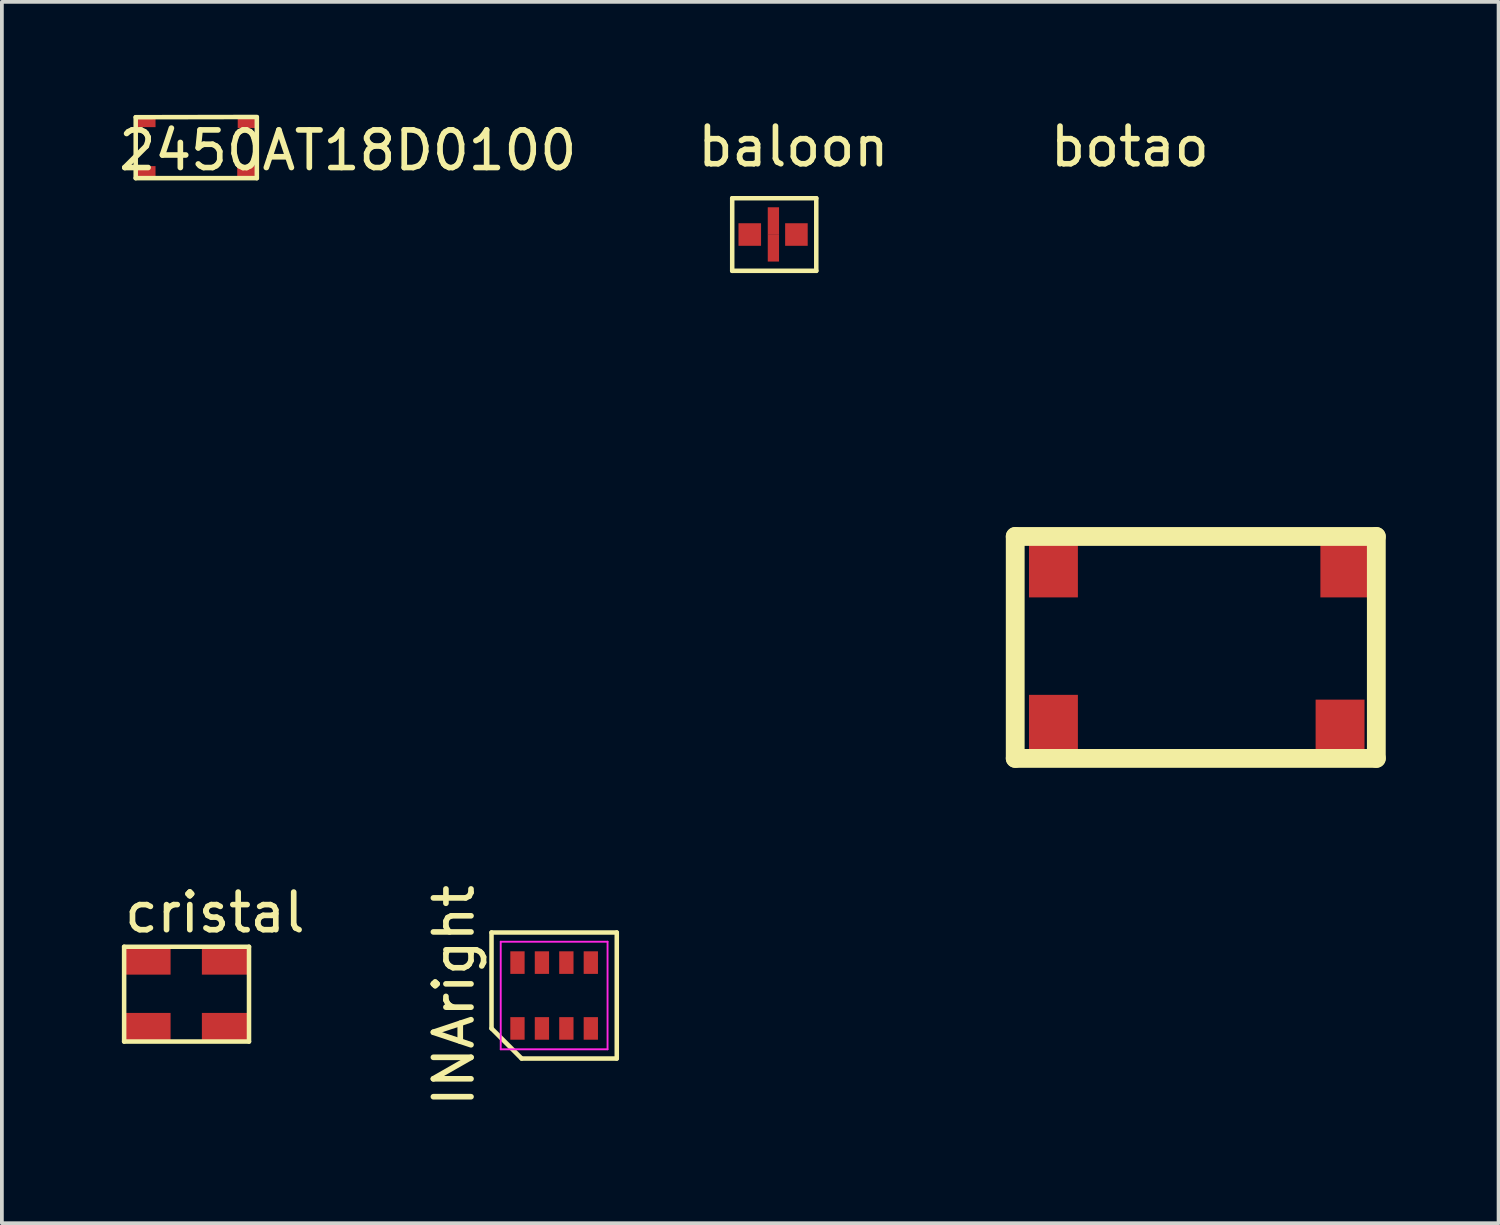
<source format=kicad_pcb>
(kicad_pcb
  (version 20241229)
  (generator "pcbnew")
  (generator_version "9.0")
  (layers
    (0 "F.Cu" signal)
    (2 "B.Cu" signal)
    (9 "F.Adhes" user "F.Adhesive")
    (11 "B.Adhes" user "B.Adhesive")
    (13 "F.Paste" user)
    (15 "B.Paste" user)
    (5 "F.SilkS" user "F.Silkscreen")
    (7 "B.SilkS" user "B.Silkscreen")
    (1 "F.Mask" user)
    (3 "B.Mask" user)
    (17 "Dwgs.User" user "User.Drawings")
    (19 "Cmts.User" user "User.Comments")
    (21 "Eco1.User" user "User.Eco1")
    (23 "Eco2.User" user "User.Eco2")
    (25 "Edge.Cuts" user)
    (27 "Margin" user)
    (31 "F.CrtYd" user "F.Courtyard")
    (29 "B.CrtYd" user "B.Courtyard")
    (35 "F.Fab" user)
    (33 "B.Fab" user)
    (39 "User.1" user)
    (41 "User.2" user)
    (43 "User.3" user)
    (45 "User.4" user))
  (footprint "cristal"
    (layer "F.Cu")
    (at 0.25 24.64)
    (property "Reference" "cristal" (at 2.413 -3.429 0) (layer "F.SilkS") (effects (font (size 1 1) (thickness 0.15))))
    (attr through_hole)
    (fp_line (start 0 -2.52) (end 3.32 -2.52) (stroke (width 0.12) (type solid)) (layer "F.SilkS"))
    (fp_line (start 0 0) (end 0 -2.52) (stroke (width 0.12) (type solid)) (layer "F.SilkS"))
    (fp_line (start 0 0) (end 3.32 0) (stroke (width 0.12) (type solid)) (layer "F.SilkS"))
    (fp_line (start 3.32 0) (end 3.32 -2.52) (stroke (width 0.12) (type solid)) (layer "F.SilkS"))
    (pad "1" smd rect (at 0.635 -0.381) (size 1.2 0.76) (layers "F.Cu" "F.Mask" "F.Paste"))
    (pad "2" smd rect (at 2.667 -2.159) (size 1.2 0.76) (layers "F.Cu" "F.Mask" "F.Paste"))
    (pad "GND" smd rect (at 0.635 -2.159) (size 1.2 0.76) (layers "F.Cu" "F.Mask" "F.Paste"))
    (pad "GND" smd rect (at 2.667 -0.381) (size 1.2 0.76) (layers "F.Cu" "F.Mask" "F.Paste")))
  (footprint "2450AT18D0100"
    (layer "F.Cu")
    (at 0.558 1.686)
    (property "Reference" "2450AT18D0100" (at 5.639 -0.737 0) (layer "F.SilkS") (effects (font (size 1 1) (thickness 0.15))))
    (attr through_hole)
    (fp_line (start 0 -1.62) (end 3.22 -1.626) (stroke (width 0.12) (type solid)) (layer "F.SilkS"))
    (fp_line (start 0 0) (end 0 -1.62) (stroke (width 0.12) (type solid)) (layer "F.SilkS"))
    (fp_line (start 0 0) (end 3.22 0) (stroke (width 0.12) (type solid)) (layer "F.SilkS"))
    (fp_line (start 3.22 0) (end 3.22 -1.62) (stroke (width 0.12) (type solid)) (layer "F.SilkS"))
    (pad "1" smd rect (at 0.267 -0.165 270) (size 0.31 0.52) (layers "F.Cu" "F.Mask" "F.Paste"))
    (pad "2" smd rect (at 2.959 -0.178 90) (size 0.31 0.52) (layers "F.Cu" "F.Mask" "F.Paste"))
    (pad "3" smd rect (at 2.972 -1.486 270) (size 0.31 0.52) (layers "F.Cu" "F.Mask" "F.Paste"))
    (pad "4" smd rect (at 0.267 -1.511 90) (size 0.31 0.52) (layers "F.Cu" "F.Mask" "F.Paste")))
  (footprint "INAright"
    (layer "F.Cu")
    (at 11.682 23.416)
    (property "Reference" "INAright" (at -2.665 0 90) (layer "F.SilkS") (effects (font (size 1 1) (thickness 0.15))))
    (attr smd)
    (fp_line (start -1.665 -1.675) (end 1.665 -1.675) (stroke (width 0.12) (type solid)) (layer "F.SilkS"))
    (fp_line (start -1.665 0.875) (end -1.665 -1.675) (stroke (width 0.12) (type solid)) (layer "F.SilkS"))
    (fp_line (start -0.865 1.675) (end -1.665 0.875) (stroke (width 0.12) (type solid)) (layer "F.SilkS"))
    (fp_line (start 1.665 -1.675) (end 1.665 1.675) (stroke (width 0.12) (type solid)) (layer "F.SilkS"))
    (fp_line (start 1.665 1.675) (end -0.865 1.675) (stroke (width 0.12) (type solid)) (layer "F.SilkS"))
    (fp_line (start -1.42 -1.43) (end 1.42 -1.43) (stroke (width 0.05) (type solid)) (layer "F.CrtYd"))
    (fp_line (start -1.42 1.43) (end -1.42 -1.43) (stroke (width 0.05) (type solid)) (layer "F.CrtYd"))
    (fp_line (start 1.42 -1.43) (end 1.42 1.43) (stroke (width 0.05) (type solid)) (layer "F.CrtYd"))
    (fp_line (start 1.42 1.43) (end -1.42 1.43) (stroke (width 0.05) (type solid)) (layer "F.CrtYd"))
    (pad "1" smd rect (at -0.975 0.875) (size 0.38 0.6) (layers "F.Cu" "F.Mask" "F.Paste"))
    (pad "2" smd rect (at -0.325 0.875) (size 0.38 0.6) (layers "F.Cu" "F.Mask" "F.Paste"))
    (pad "3" smd rect (at 0.325 0.875) (size 0.38 0.6) (layers "F.Cu" "F.Mask" "F.Paste"))
    (pad "4" smd rect (at 0.975 0.875) (size 0.38 0.6) (layers "F.Cu" "F.Mask" "F.Paste"))
    (pad "5" smd rect (at 0.975 -0.875) (size 0.38 0.6) (layers "F.Cu" "F.Mask" "F.Paste"))
    (pad "6" smd rect (at 0.325 -0.875) (size 0.38 0.6) (layers "F.Cu" "F.Mask" "F.Paste"))
    (pad "7" smd rect (at -0.325 -0.875) (size 0.38 0.6) (layers "F.Cu" "F.Mask" "F.Paste"))
    (pad "8" smd rect (at -0.975 -0.875) (size 0.38 0.6) (layers "F.Cu" "F.Mask" "F.Paste")))
  (footprint "botao"
    (layer "F.Cu")
    (at 23.94 17.112)
    (property "Reference" "botao" (at 3.048 -16.264 0) (layer "F.SilkS") (effects (font (size 1 1) (thickness 0.15))))
    (attr through_hole)
    (fp_line (start 0 -5.9) (end 9.6 -5.9) (stroke (width 0.5) (type solid)) (layer "F.SilkS"))
    (fp_line (start 0 0) (end 0 -5.9) (stroke (width 0.5) (type solid)) (layer "F.SilkS"))
    (fp_line (start 0 0) (end 9.6 0) (stroke (width 0.5) (type solid)) (layer "F.SilkS"))
    (fp_line (start 9.6 0) (end 9.6 -5.9) (stroke (width 0.5) (type solid)) (layer "F.SilkS"))
    (pad "1" smd rect (at 1.016 -0.889 270) (size 1.6 1.3) (layers "F.Cu" "F.Mask" "F.Paste"))
    (pad "2" smd rect (at 8.763 -5.08 270) (size 1.6 1.3) (layers "F.Cu" "F.Mask" "F.Paste"))
    (pad "3" smd rect (at 8.636 -0.762 270) (size 1.6 1.3) (layers "F.Cu" "F.Mask" "F.Paste"))
    (pad "4" smd rect (at 1.016 -5.08 270) (size 1.6 1.3) (layers "F.Cu" "F.Mask" "F.Paste")))
  (footprint "baloon"
    (layer "F.Cu")
    (at 17.432 3.185)
    (property "Reference" "baloon" (at 0.61 -2.337 0) (layer "F.SilkS") (effects (font (size 1 1) (thickness 0.15))))
    (attr through_hole)
    (fp_line (start -1.016 -0.965) (end 1.219 -0.965) (stroke (width 0.12) (type solid)) (layer "F.SilkS"))
    (fp_line (start -1.016 0.965) (end -1.016 -0.965) (stroke (width 0.12) (type solid)) (layer "F.SilkS"))
    (fp_line (start 1.219 -0.965) (end 1.219 0.965) (stroke (width 0.12) (type solid)) (layer "F.SilkS"))
    (fp_line (start 1.219 0.965) (end -1.016 0.965) (stroke (width 0.12) (type solid)) (layer "F.SilkS"))
    (pad "1" smd rect (at -0.549 0) (size 0.6 0.6) (layers "F.Cu" "F.Mask" "F.Paste"))
    (pad "2" smd rect (at 0.079 -0.362) (size 0.3 0.725) (layers "F.Cu" "F.Mask" "F.Paste"))
    (pad "3" smd rect (at 0.691 0) (size 0.6 0.6) (layers "F.Cu" "F.Mask" "F.Paste"))
    (pad "4" smd rect (at 0.079 0.356) (size 0.3 0.725) (layers "F.Cu" "F.Mask" "F.Paste")))
  (gr_rect
    (start -3 -3)
    (end 36.79 29.469)
    (stroke (width 0.1) (type default))
    (fill no)
    (layer "Edge.Cuts")))
</source>
